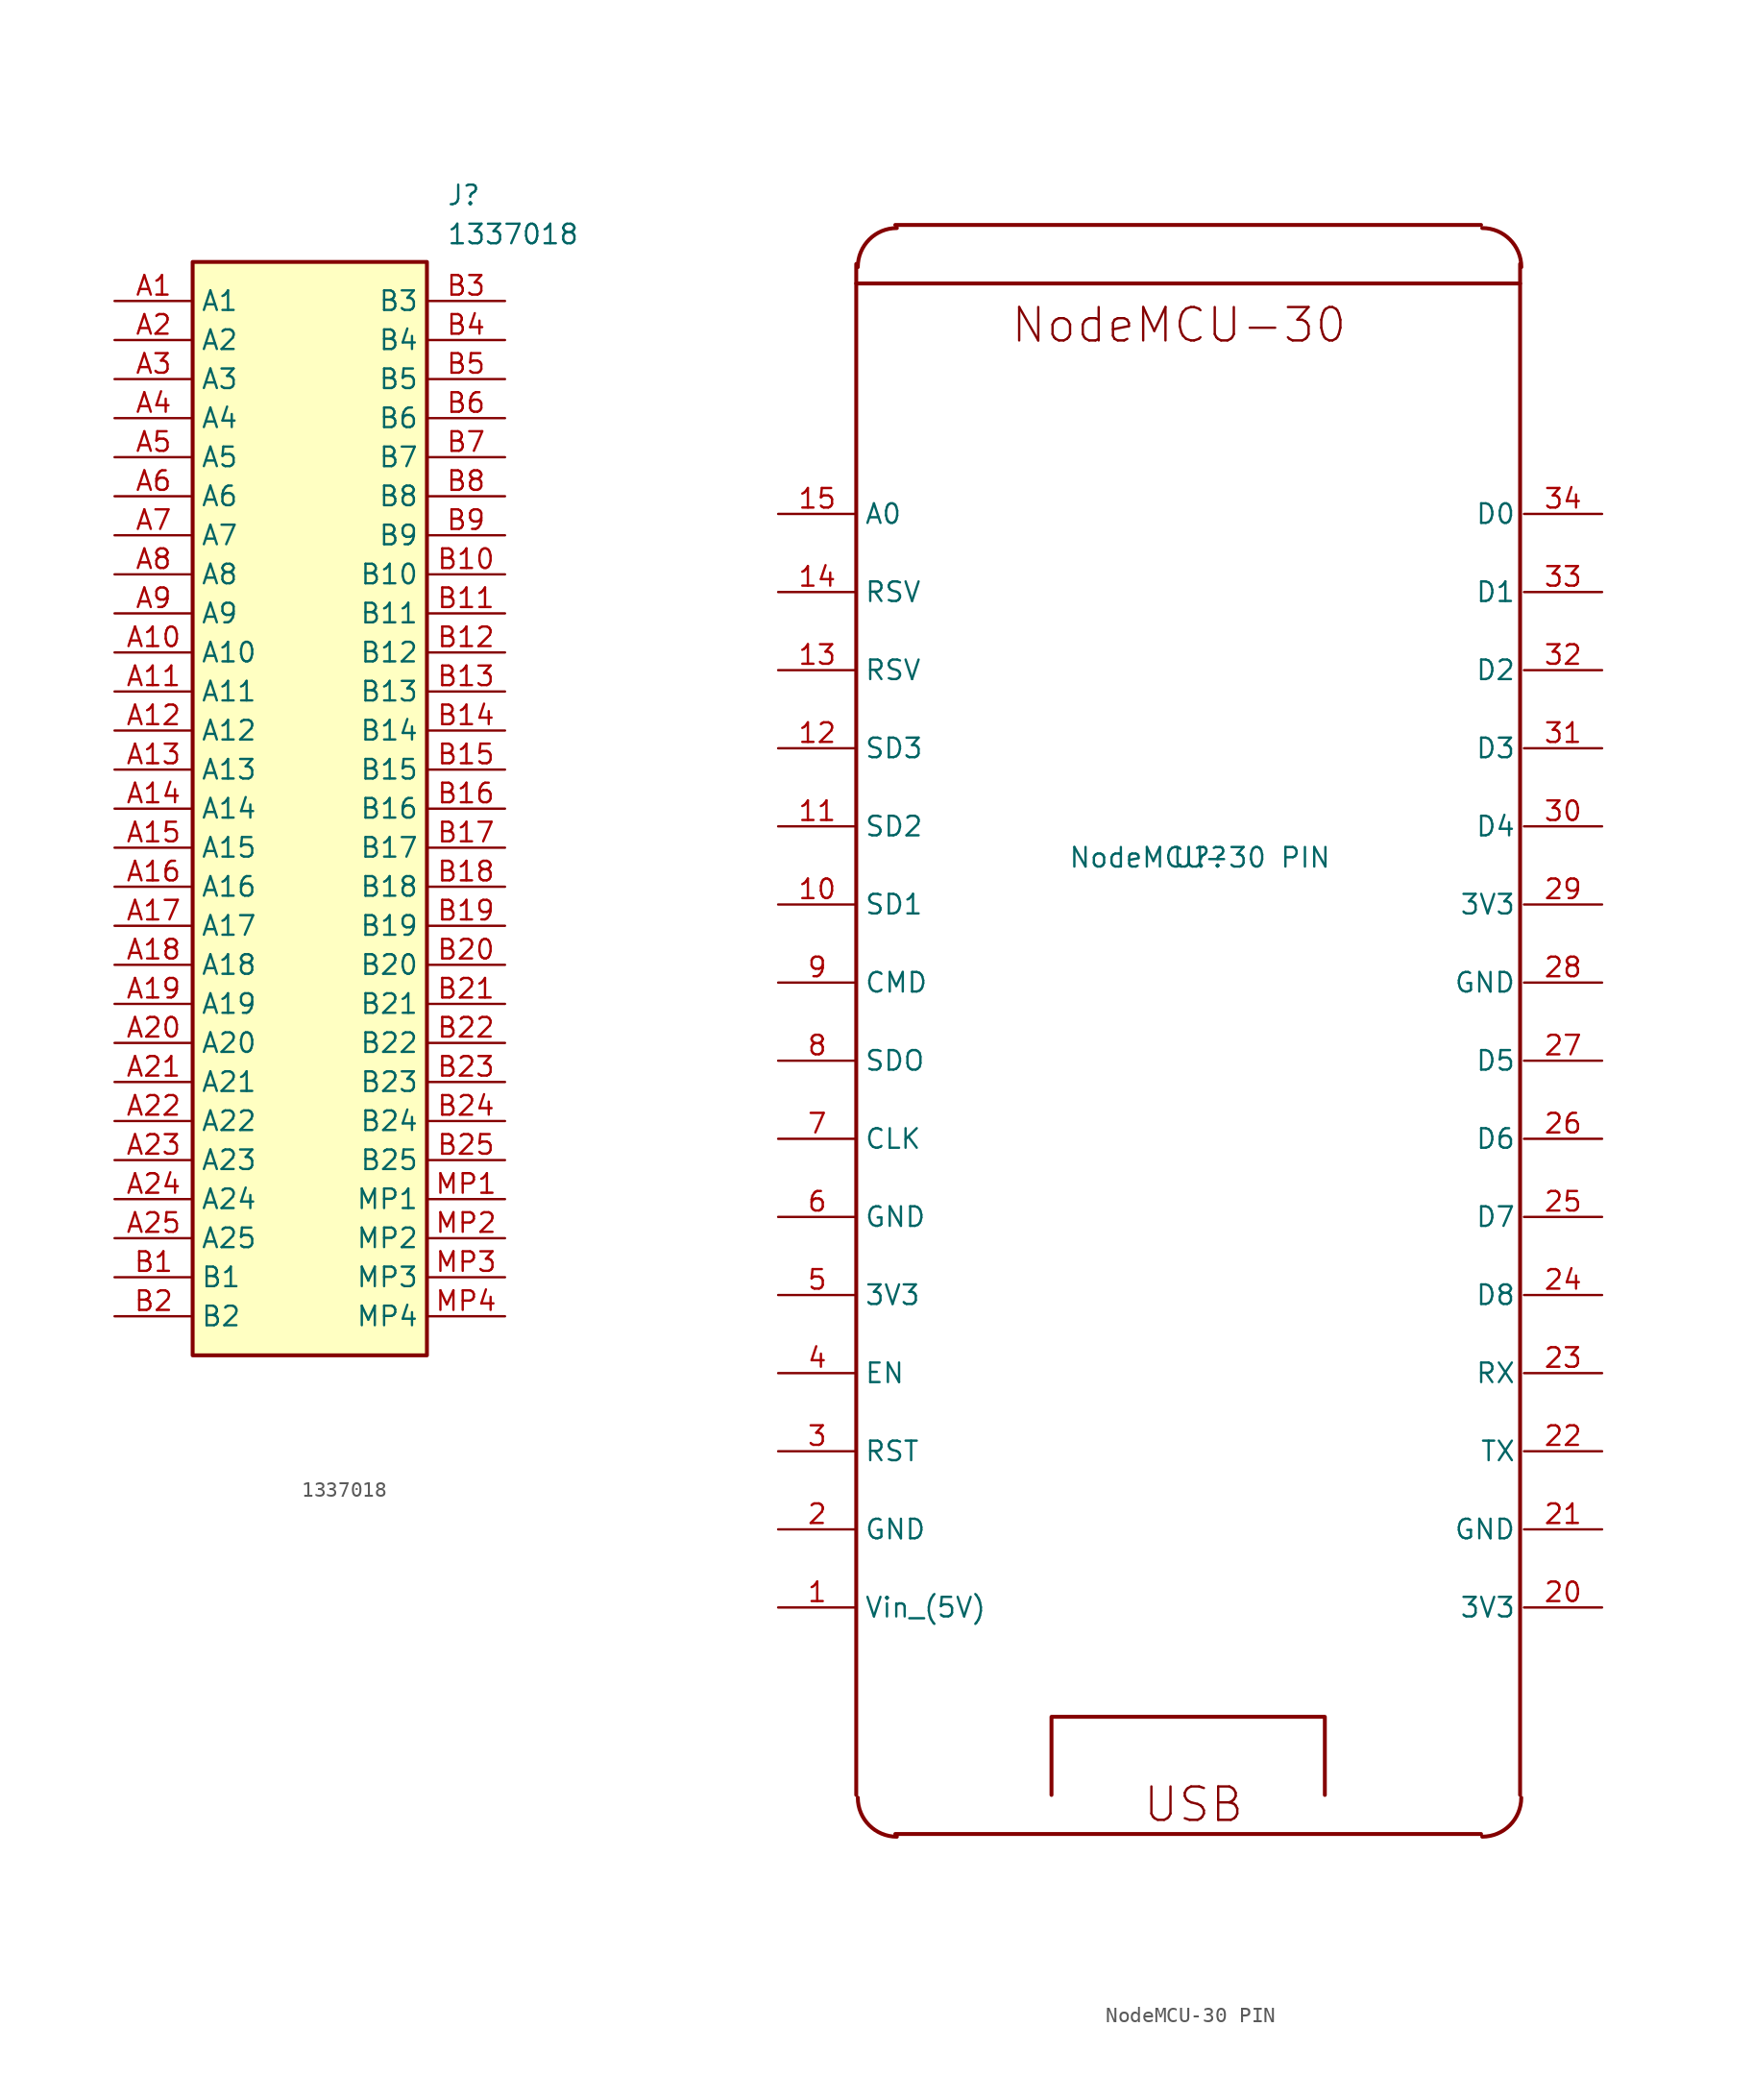
<source format=kicad_sym>
(kicad_symbol_lib
  (version 20231120)
  (generator "kicad_symbol_editor")
  (generator_version "8.0")
  (symbol "1337018"
    (property "Reference" "J"
      (at 21.59 7.62 0)
      (effects (font (size 1.27 1.27)) (justify left top)))
    (property "Value" "1337018"
      (at 21.59 5.08 0)
      (effects (font (size 1.27 1.27)) (justify left top)))
    (symbol "1337018_1_1"
      (rectangle (start 5.08 2.54) (end 20.32 -68.58) (stroke (width 0.254) (type default)) (fill (type background)))
      (pin passive line (at 0 0 0) (length 5.08) (name "A1" (effects (font (size 1.27 1.27)))) (number "A1" (effects (font (size 1.27 1.27)))))
      (pin passive line (at 0 -22.86 0) (length 5.08) (name "A10" (effects (font (size 1.27 1.27)))) (number "A10" (effects (font (size 1.27 1.27)))))
      (pin passive line (at 0 -25.4 0) (length 5.08) (name "A11" (effects (font (size 1.27 1.27)))) (number "A11" (effects (font (size 1.27 1.27)))))
      (pin passive line (at 0 -27.94 0) (length 5.08) (name "A12" (effects (font (size 1.27 1.27)))) (number "A12" (effects (font (size 1.27 1.27)))))
      (pin passive line (at 0 -30.48 0) (length 5.08) (name "A13" (effects (font (size 1.27 1.27)))) (number "A13" (effects (font (size 1.27 1.27)))))
      (pin passive line (at 0 -33.02 0) (length 5.08) (name "A14" (effects (font (size 1.27 1.27)))) (number "A14" (effects (font (size 1.27 1.27)))))
      (pin passive line (at 0 -35.56 0) (length 5.08) (name "A15" (effects (font (size 1.27 1.27)))) (number "A15" (effects (font (size 1.27 1.27)))))
      (pin passive line (at 0 -38.1 0) (length 5.08) (name "A16" (effects (font (size 1.27 1.27)))) (number "A16" (effects (font (size 1.27 1.27)))))
      (pin passive line (at 0 -40.64 0) (length 5.08) (name "A17" (effects (font (size 1.27 1.27)))) (number "A17" (effects (font (size 1.27 1.27)))))
      (pin passive line (at 0 -43.18 0) (length 5.08) (name "A18" (effects (font (size 1.27 1.27)))) (number "A18" (effects (font (size 1.27 1.27)))))
      (pin passive line (at 0 -45.72 0) (length 5.08) (name "A19" (effects (font (size 1.27 1.27)))) (number "A19" (effects (font (size 1.27 1.27)))))
      (pin passive line (at 0 -2.54 0) (length 5.08) (name "A2" (effects (font (size 1.27 1.27)))) (number "A2" (effects (font (size 1.27 1.27)))))
      (pin passive line (at 0 -48.26 0) (length 5.08) (name "A20" (effects (font (size 1.27 1.27)))) (number "A20" (effects (font (size 1.27 1.27)))))
      (pin passive line (at 0 -50.8 0) (length 5.08) (name "A21" (effects (font (size 1.27 1.27)))) (number "A21" (effects (font (size 1.27 1.27)))))
      (pin passive line (at 0 -53.34 0) (length 5.08) (name "A22" (effects (font (size 1.27 1.27)))) (number "A22" (effects (font (size 1.27 1.27)))))
      (pin passive line (at 0 -55.88 0) (length 5.08) (name "A23" (effects (font (size 1.27 1.27)))) (number "A23" (effects (font (size 1.27 1.27)))))
      (pin passive line (at 0 -58.42 0) (length 5.08) (name "A24" (effects (font (size 1.27 1.27)))) (number "A24" (effects (font (size 1.27 1.27)))))
      (pin passive line (at 0 -60.96 0) (length 5.08) (name "A25" (effects (font (size 1.27 1.27)))) (number "A25" (effects (font (size 1.27 1.27)))))
      (pin passive line (at 0 -5.08 0) (length 5.08) (name "A3" (effects (font (size 1.27 1.27)))) (number "A3" (effects (font (size 1.27 1.27)))))
      (pin passive line (at 0 -7.62 0) (length 5.08) (name "A4" (effects (font (size 1.27 1.27)))) (number "A4" (effects (font (size 1.27 1.27)))))
      (pin passive line (at 0 -10.16 0) (length 5.08) (name "A5" (effects (font (size 1.27 1.27)))) (number "A5" (effects (font (size 1.27 1.27)))))
      (pin passive line (at 0 -12.7 0) (length 5.08) (name "A6" (effects (font (size 1.27 1.27)))) (number "A6" (effects (font (size 1.27 1.27)))))
      (pin passive line (at 0 -15.24 0) (length 5.08) (name "A7" (effects (font (size 1.27 1.27)))) (number "A7" (effects (font (size 1.27 1.27)))))
      (pin passive line (at 0 -17.78 0) (length 5.08) (name "A8" (effects (font (size 1.27 1.27)))) (number "A8" (effects (font (size 1.27 1.27)))))
      (pin passive line (at 0 -20.32 0) (length 5.08) (name "A9" (effects (font (size 1.27 1.27)))) (number "A9" (effects (font (size 1.27 1.27)))))
      (pin passive line (at 0 -63.5 0) (length 5.08) (name "B1" (effects (font (size 1.27 1.27)))) (number "B1" (effects (font (size 1.27 1.27)))))
      (pin passive line (at 25.4 -17.78 180) (length 5.08) (name "B10" (effects (font (size 1.27 1.27)))) (number "B10" (effects (font (size 1.27 1.27)))))
      (pin passive line (at 25.4 -20.32 180) (length 5.08) (name "B11" (effects (font (size 1.27 1.27)))) (number "B11" (effects (font (size 1.27 1.27)))))
      (pin passive line (at 25.4 -22.86 180) (length 5.08) (name "B12" (effects (font (size 1.27 1.27)))) (number "B12" (effects (font (size 1.27 1.27)))))
      (pin passive line (at 25.4 -25.4 180) (length 5.08) (name "B13" (effects (font (size 1.27 1.27)))) (number "B13" (effects (font (size 1.27 1.27)))))
      (pin passive line (at 25.4 -27.94 180) (length 5.08) (name "B14" (effects (font (size 1.27 1.27)))) (number "B14" (effects (font (size 1.27 1.27)))))
      (pin passive line (at 25.4 -30.48 180) (length 5.08) (name "B15" (effects (font (size 1.27 1.27)))) (number "B15" (effects (font (size 1.27 1.27)))))
      (pin passive line (at 25.4 -33.02 180) (length 5.08) (name "B16" (effects (font (size 1.27 1.27)))) (number "B16" (effects (font (size 1.27 1.27)))))
      (pin passive line (at 25.4 -35.56 180) (length 5.08) (name "B17" (effects (font (size 1.27 1.27)))) (number "B17" (effects (font (size 1.27 1.27)))))
      (pin passive line (at 25.4 -38.1 180) (length 5.08) (name "B18" (effects (font (size 1.27 1.27)))) (number "B18" (effects (font (size 1.27 1.27)))))
      (pin passive line (at 25.4 -40.64 180) (length 5.08) (name "B19" (effects (font (size 1.27 1.27)))) (number "B19" (effects (font (size 1.27 1.27)))))
      (pin passive line (at 0 -66.04 0) (length 5.08) (name "B2" (effects (font (size 1.27 1.27)))) (number "B2" (effects (font (size 1.27 1.27)))))
      (pin passive line (at 25.4 -43.18 180) (length 5.08) (name "B20" (effects (font (size 1.27 1.27)))) (number "B20" (effects (font (size 1.27 1.27)))))
      (pin passive line (at 25.4 -45.72 180) (length 5.08) (name "B21" (effects (font (size 1.27 1.27)))) (number "B21" (effects (font (size 1.27 1.27)))))
      (pin passive line (at 25.4 -48.26 180) (length 5.08) (name "B22" (effects (font (size 1.27 1.27)))) (number "B22" (effects (font (size 1.27 1.27)))))
      (pin passive line (at 25.4 -50.8 180) (length 5.08) (name "B23" (effects (font (size 1.27 1.27)))) (number "B23" (effects (font (size 1.27 1.27)))))
      (pin passive line (at 25.4 -53.34 180) (length 5.08) (name "B24" (effects (font (size 1.27 1.27)))) (number "B24" (effects (font (size 1.27 1.27)))))
      (pin passive line (at 25.4 -55.88 180) (length 5.08) (name "B25" (effects (font (size 1.27 1.27)))) (number "B25" (effects (font (size 1.27 1.27)))))
      (pin passive line (at 25.4 0 180) (length 5.08) (name "B3" (effects (font (size 1.27 1.27)))) (number "B3" (effects (font (size 1.27 1.27)))))
      (pin passive line (at 25.4 -2.54 180) (length 5.08) (name "B4" (effects (font (size 1.27 1.27)))) (number "B4" (effects (font (size 1.27 1.27)))))
      (pin passive line (at 25.4 -5.08 180) (length 5.08) (name "B5" (effects (font (size 1.27 1.27)))) (number "B5" (effects (font (size 1.27 1.27)))))
      (pin passive line (at 25.4 -7.62 180) (length 5.08) (name "B6" (effects (font (size 1.27 1.27)))) (number "B6" (effects (font (size 1.27 1.27)))))
      (pin passive line (at 25.4 -10.16 180) (length 5.08) (name "B7" (effects (font (size 1.27 1.27)))) (number "B7" (effects (font (size 1.27 1.27)))))
      (pin passive line (at 25.4 -12.7 180) (length 5.08) (name "B8" (effects (font (size 1.27 1.27)))) (number "B8" (effects (font (size 1.27 1.27)))))
      (pin passive line (at 25.4 -15.24 180) (length 5.08) (name "B9" (effects (font (size 1.27 1.27)))) (number "B9" (effects (font (size 1.27 1.27)))))
      (pin passive line (at 25.4 -58.42 180) (length 5.08) (name "MP1" (effects (font (size 1.27 1.27)))) (number "MP1" (effects (font (size 1.27 1.27)))))
      (pin passive line (at 25.4 -60.96 180) (length 5.08) (name "MP2" (effects (font (size 1.27 1.27)))) (number "MP2" (effects (font (size 1.27 1.27)))))
      (pin passive line (at 25.4 -63.5 180) (length 5.08) (name "MP3" (effects (font (size 1.27 1.27)))) (number "MP3" (effects (font (size 1.27 1.27)))))
      (pin passive line (at 25.4 -66.04 180) (length 5.08) (name "MP4" (effects (font (size 1.27 1.27)))) (number "MP4" (effects (font (size 1.27 1.27)))))))
  (symbol "NodeMCU-30 PIN"
    (property "Reference" "U?"
      (at 0 0 0)
      (effects (font (size 1.27 1.27))))
    (property "Value" "NodeMCU-30 PIN"
      (at 0 0 0)
      (effects (font (size 1.27 1.27))))
    (symbol "NodeMCU-30 PIN_0_0"
      (arc (start -22.2504 -61.1378) (mid -21.5065 -62.9339) (end -19.7104 -63.6778) (stroke (width 0.254) (type solid)) (fill (type none)))
      (arc (start -19.7104 40.9448) (mid -21.5065 40.2009) (end -22.2504 38.4048) (stroke (width 0.254) (type solid)) (fill (type none)))
      (polyline (pts (xy -22.352 38.608) (xy -22.352 -60.96)) (stroke (width 0.254) (type solid)) (fill (type none)))
      (polyline (pts (xy -19.812 -63.5) (xy 18.288 -63.5)) (stroke (width 0.254) (type solid)) (fill (type none)))
      (polyline (pts (xy 18.288 41.148) (xy -19.812 41.148)) (stroke (width 0.254) (type solid)) (fill (type none)))
      (polyline (pts (xy 20.828 -60.96) (xy 20.828 38.608)) (stroke (width 0.254) (type solid)) (fill (type none)))
      (polyline (pts (xy 20.828 37.338) (xy -22.352 37.338)) (stroke (width 0.254) (type solid)) (fill (type none)))
      (polyline (pts (xy 8.128 -60.96) (xy 8.128 -55.88) (xy -9.652 -55.88) (xy -9.652 -60.96)) (stroke (width 0.254) (type solid)) (fill (type none)))
      (arc (start 18.3642 -63.6778) (mid 20.1603 -62.9339) (end 20.9042 -61.1378) (stroke (width 0.254) (type solid)) (fill (type none)))
      (arc (start 20.9042 38.4048) (mid 20.1603 40.2009) (end 18.3642 40.9448) (stroke (width 0.254) (type solid)) (fill (type none)))
      (text "NodeMCU-30" (at 9.652 35.903 0) (effects (font (face "KiCad Font") (size 2.172 2.172)) (justify right top)))
      (text "USB" (at 2.946 -60.312 0) (effects (font (face "KiCad Font") (size 2.172 2.172)) (justify right top)))
      (pin unspecified line (at -27.432 -48.768 0) (length 5.08) (name "Vin_(5V)" (effects (font (size 1.27 1.27)))) (number "1" (effects (font (size 1.27 1.27)))))
      (pin unspecified line (at -27.432 -3.048 0) (length 5.08) (name "SD1" (effects (font (size 1.27 1.27)))) (number "10" (effects (font (size 1.27 1.27)))))
      (pin unspecified line (at -27.432 2.032 0) (length 5.08) (name "SD2" (effects (font (size 1.27 1.27)))) (number "11" (effects (font (size 1.27 1.27)))))
      (pin unspecified line (at -27.432 7.112 0) (length 5.08) (name "SD3" (effects (font (size 1.27 1.27)))) (number "12" (effects (font (size 1.27 1.27)))))
      (pin unspecified line (at -27.432 12.192 0) (length 5.08) (name "RSV" (effects (font (size 1.27 1.27)))) (number "13" (effects (font (size 1.27 1.27)))))
      (pin unspecified line (at -27.432 17.272 0) (length 5.08) (name "RSV" (effects (font (size 1.27 1.27)))) (number "14" (effects (font (size 1.27 1.27)))))
      (pin unspecified line (at -27.432 22.352 0) (length 5.08) (name "A0" (effects (font (size 1.27 1.27)))) (number "15" (effects (font (size 1.27 1.27)))))
      (pin unspecified line (at -27.432 -43.688 0) (length 5.08) (name "GND" (effects (font (size 1.27 1.27)))) (number "2" (effects (font (size 1.27 1.27)))))
      (pin unspecified line (at 26.162 -48.768 180) (length 5.08) (name "3V3" (effects (font (size 1.27 1.27)))) (number "20" (effects (font (size 1.27 1.27)))))
      (pin unspecified line (at 26.162 -43.688 180) (length 5.08) (name "GND" (effects (font (size 1.27 1.27)))) (number "21" (effects (font (size 1.27 1.27)))))
      (pin unspecified line (at 26.162 -38.608 180) (length 5.08) (name "TX" (effects (font (size 1.27 1.27)))) (number "22" (effects (font (size 1.27 1.27)))))
      (pin unspecified line (at 26.162 -33.528 180) (length 5.08) (name "RX" (effects (font (size 1.27 1.27)))) (number "23" (effects (font (size 1.27 1.27)))))
      (pin unspecified line (at 26.162 -28.448 180) (length 5.08) (name "D8" (effects (font (size 1.27 1.27)))) (number "24" (effects (font (size 1.27 1.27)))))
      (pin unspecified line (at 26.162 -23.368 180) (length 5.08) (name "D7" (effects (font (size 1.27 1.27)))) (number "25" (effects (font (size 1.27 1.27)))))
      (pin unspecified line (at 26.162 -18.288 180) (length 5.08) (name "D6" (effects (font (size 1.27 1.27)))) (number "26" (effects (font (size 1.27 1.27)))))
      (pin unspecified line (at 26.162 -13.208 180) (length 5.08) (name "D5" (effects (font (size 1.27 1.27)))) (number "27" (effects (font (size 1.27 1.27)))))
      (pin unspecified line (at 26.162 -8.128 180) (length 5.08) (name "GND" (effects (font (size 1.27 1.27)))) (number "28" (effects (font (size 1.27 1.27)))))
      (pin unspecified line (at 26.162 -3.048 180) (length 5.08) (name "3V3" (effects (font (size 1.27 1.27)))) (number "29" (effects (font (size 1.27 1.27)))))
      (pin unspecified line (at -27.432 -38.608 0) (length 5.08) (name "RST" (effects (font (size 1.27 1.27)))) (number "3" (effects (font (size 1.27 1.27)))))
      (pin unspecified line (at 26.162 2.032 180) (length 5.08) (name "D4" (effects (font (size 1.27 1.27)))) (number "30" (effects (font (size 1.27 1.27)))))
      (pin unspecified line (at 26.162 7.112 180) (length 5.08) (name "D3" (effects (font (size 1.27 1.27)))) (number "31" (effects (font (size 1.27 1.27)))))
      (pin unspecified line (at 26.162 12.192 180) (length 5.08) (name "D2" (effects (font (size 1.27 1.27)))) (number "32" (effects (font (size 1.27 1.27)))))
      (pin unspecified line (at 26.162 17.272 180) (length 5.08) (name "D1" (effects (font (size 1.27 1.27)))) (number "33" (effects (font (size 1.27 1.27)))))
      (pin unspecified line (at 26.162 22.352 180) (length 5.08) (name "D0" (effects (font (size 1.27 1.27)))) (number "34" (effects (font (size 1.27 1.27)))))
      (pin unspecified line (at -27.432 -33.528 0) (length 5.08) (name "EN" (effects (font (size 1.27 1.27)))) (number "4" (effects (font (size 1.27 1.27)))))
      (pin unspecified line (at -27.432 -28.448 0) (length 5.08) (name "3V3" (effects (font (size 1.27 1.27)))) (number "5" (effects (font (size 1.27 1.27)))))
      (pin unspecified line (at -27.432 -23.368 0) (length 5.08) (name "GND" (effects (font (size 1.27 1.27)))) (number "6" (effects (font (size 1.27 1.27)))))
      (pin unspecified line (at -27.432 -18.288 0) (length 5.08) (name "CLK" (effects (font (size 1.27 1.27)))) (number "7" (effects (font (size 1.27 1.27)))))
      (pin unspecified line (at -27.432 -13.208 0) (length 5.08) (name "SDO" (effects (font (size 1.27 1.27)))) (number "8" (effects (font (size 1.27 1.27)))))
      (pin unspecified line (at -27.432 -8.128 0) (length 5.08) (name "CMD" (effects (font (size 1.27 1.27)))) (number "9" (effects (font (size 1.27 1.27))))))))
</source>
